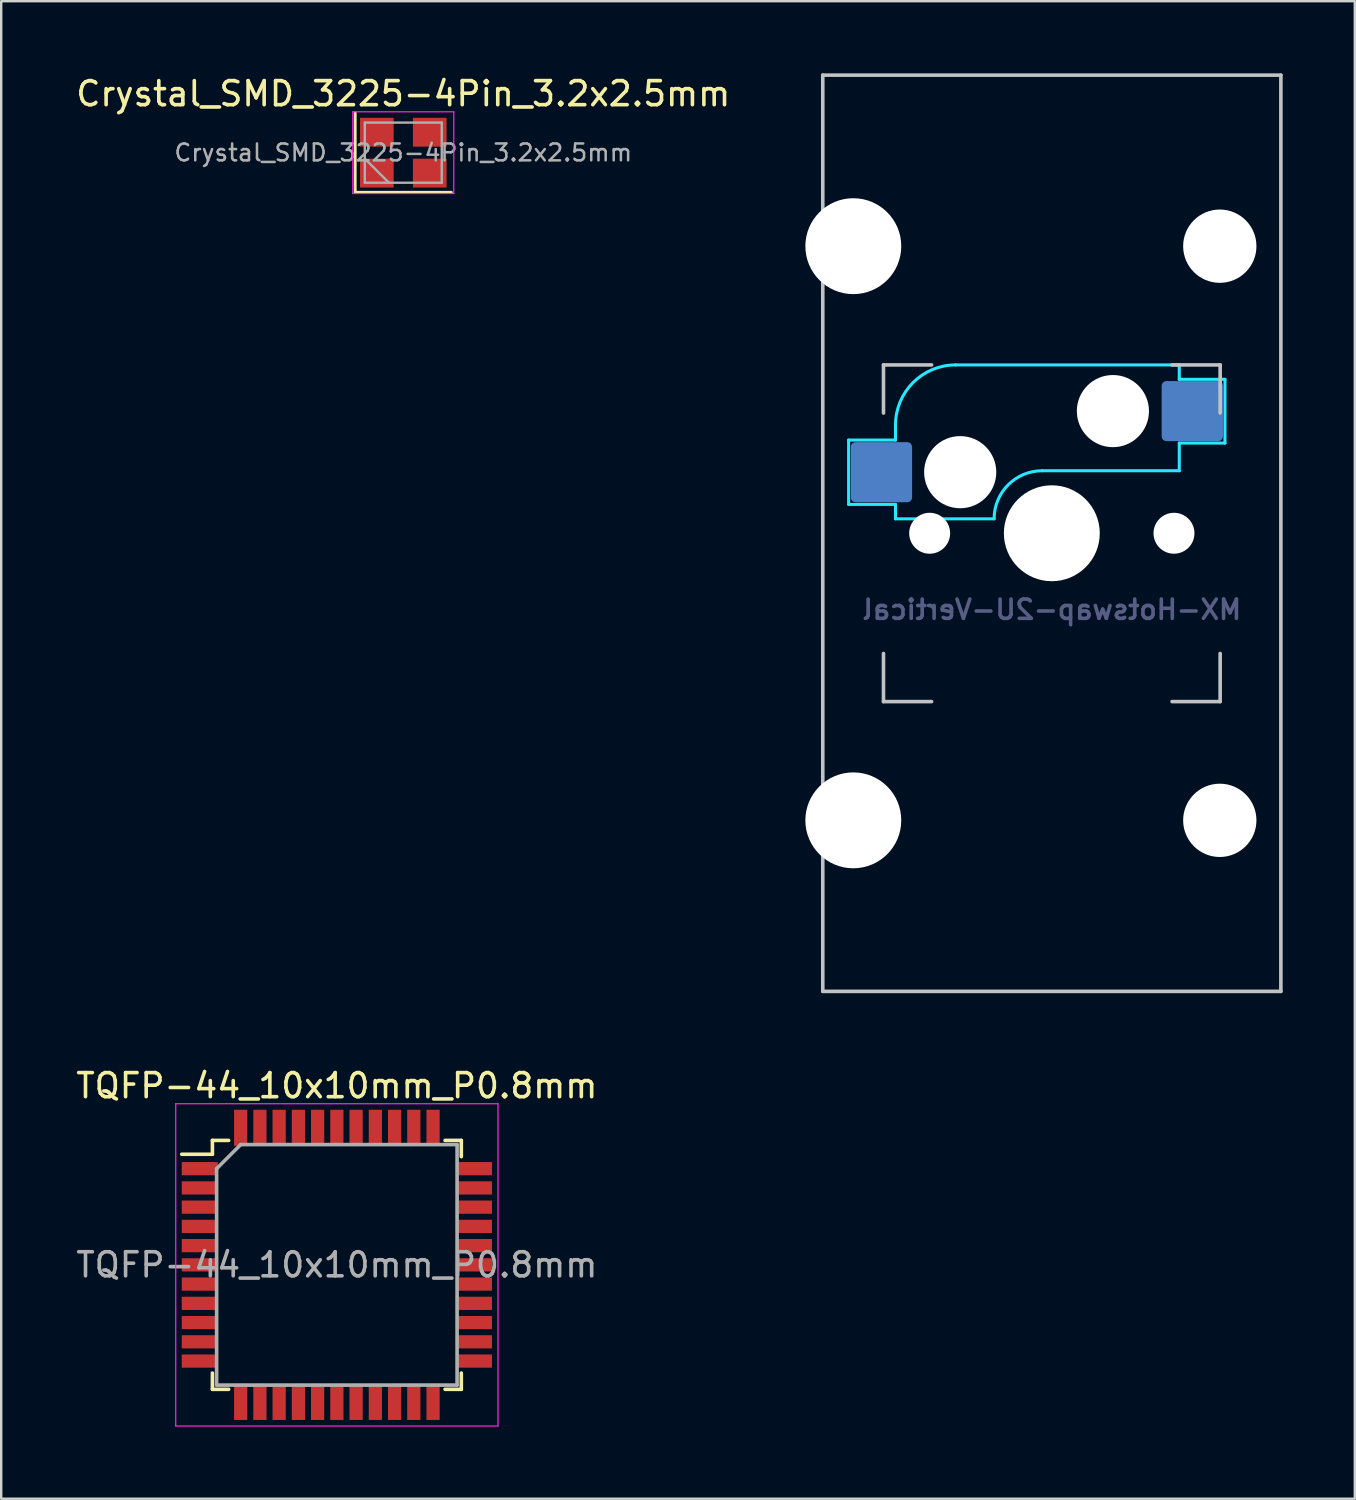
<source format=kicad_pcb>
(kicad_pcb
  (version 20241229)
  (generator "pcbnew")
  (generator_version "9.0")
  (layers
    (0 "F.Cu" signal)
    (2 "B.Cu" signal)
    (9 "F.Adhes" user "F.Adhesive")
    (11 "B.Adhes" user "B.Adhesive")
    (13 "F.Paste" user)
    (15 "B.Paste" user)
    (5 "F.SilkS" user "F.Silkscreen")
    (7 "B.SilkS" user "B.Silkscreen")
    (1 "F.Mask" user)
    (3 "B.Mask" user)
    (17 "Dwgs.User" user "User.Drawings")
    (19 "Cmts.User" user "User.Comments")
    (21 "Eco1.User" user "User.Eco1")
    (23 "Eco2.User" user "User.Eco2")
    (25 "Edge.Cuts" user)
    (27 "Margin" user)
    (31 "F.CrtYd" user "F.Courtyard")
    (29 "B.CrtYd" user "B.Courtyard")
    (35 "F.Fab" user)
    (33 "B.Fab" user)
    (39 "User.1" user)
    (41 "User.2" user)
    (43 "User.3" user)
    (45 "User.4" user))
  (footprint "Crystal_SMD_3225-4Pin_3.2x2.5mm"
    (layer "F.Cu")
    (at 13.72 3.298)
    (property "Reference" "Crystal_SMD_3225-4Pin_3.2x2.5mm" (at 0 -2.45 180) (layer "F.SilkS") (effects (font (size 1 1) (thickness 0.15))))
    (attr smd)
    (fp_line (start -2 -1.65) (end -2 1.65) (stroke (width 0.12) (type solid)) (layer "F.SilkS"))
    (fp_line (start -2 1.65) (end 2 1.65) (stroke (width 0.12) (type solid)) (layer "F.SilkS"))
    (fp_line (start -2.1 -1.7) (end -2.1 1.7) (stroke (width 0.05) (type solid)) (layer "F.CrtYd"))
    (fp_line (start -2.1 1.7) (end 2.1 1.7) (stroke (width 0.05) (type solid)) (layer "F.CrtYd"))
    (fp_line (start 2.1 -1.7) (end -2.1 -1.7) (stroke (width 0.05) (type solid)) (layer "F.CrtYd"))
    (fp_line (start 2.1 1.7) (end 2.1 -1.7) (stroke (width 0.05) (type solid)) (layer "F.CrtYd"))
    (fp_line (start -1.6 -1.25) (end -1.6 1.25) (stroke (width 0.1) (type solid)) (layer "F.Fab"))
    (fp_line (start -1.6 0.25) (end -0.6 1.25) (stroke (width 0.1) (type solid)) (layer "F.Fab"))
    (fp_line (start -1.6 1.25) (end 1.6 1.25) (stroke (width 0.1) (type solid)) (layer "F.Fab"))
    (fp_line (start 1.6 -1.25) (end -1.6 -1.25) (stroke (width 0.1) (type solid)) (layer "F.Fab"))
    (fp_line (start 1.6 1.25) (end 1.6 -1.25) (stroke (width 0.1) (type solid)) (layer "F.Fab"))
    (fp_text user "${REFERENCE}" (at 0 0 180) (layer "F.Fab") (effects (font (size 0.7 0.7) (thickness 0.105))))
    (pad "1" smd rect (at -1.1 0.85) (size 1.4 1.2) (layers "F.Cu" "F.Mask" "F.Paste"))
    (pad "2" smd rect (at 1.1 0.85) (size 1.4 1.2) (layers "F.Cu" "F.Mask" "F.Paste"))
    (pad "3" smd rect (at 1.1 -0.85) (size 1.4 1.2) (layers "F.Cu" "F.Mask" "F.Paste"))
    (pad "4" smd rect (at -1.1 -0.85) (size 1.4 1.2) (layers "F.Cu" "F.Mask" "F.Paste")))
  (footprint "TQFP-44_10x10mm_P0.8mm"
    (layer "F.Cu")
    (at 10.958 49.548)
    (property "Reference" "TQFP-44_10x10mm_P0.8mm" (at 0 -7.45 180) (layer "F.SilkS") (effects (font (size 1 1) (thickness 0.15))))
    (attr smd)
    (fp_line (start -5.175 -5.175) (end -5.175 -4.6) (stroke (width 0.15) (type solid)) (layer "F.SilkS"))
    (fp_line (start -5.175 -5.175) (end -4.5 -5.175) (stroke (width 0.15) (type solid)) (layer "F.SilkS"))
    (fp_line (start -5.175 -4.6) (end -6.45 -4.6) (stroke (width 0.15) (type solid)) (layer "F.SilkS"))
    (fp_line (start -5.175 5.175) (end -5.175 4.5) (stroke (width 0.15) (type solid)) (layer "F.SilkS"))
    (fp_line (start -5.175 5.175) (end -4.5 5.175) (stroke (width 0.15) (type solid)) (layer "F.SilkS"))
    (fp_line (start 5.175 -5.175) (end 4.5 -5.175) (stroke (width 0.15) (type solid)) (layer "F.SilkS"))
    (fp_line (start 5.175 -5.175) (end 5.175 -4.5) (stroke (width 0.15) (type solid)) (layer "F.SilkS"))
    (fp_line (start 5.175 5.175) (end 4.5 5.175) (stroke (width 0.15) (type solid)) (layer "F.SilkS"))
    (fp_line (start 5.175 5.175) (end 5.175 4.5) (stroke (width 0.15) (type solid)) (layer "F.SilkS"))
    (fp_line (start -6.7 -6.7) (end -6.7 6.7) (stroke (width 0.05) (type solid)) (layer "F.CrtYd"))
    (fp_line (start -6.7 -6.7) (end 6.7 -6.7) (stroke (width 0.05) (type solid)) (layer "F.CrtYd"))
    (fp_line (start -6.7 6.7) (end 6.7 6.7) (stroke (width 0.05) (type solid)) (layer "F.CrtYd"))
    (fp_line (start 6.7 -6.7) (end 6.7 6.7) (stroke (width 0.05) (type solid)) (layer "F.CrtYd"))
    (fp_line (start -5 -4) (end -4 -5) (stroke (width 0.15) (type solid)) (layer "F.Fab"))
    (fp_line (start -5 5) (end -5 -4) (stroke (width 0.15) (type solid)) (layer "F.Fab"))
    (fp_line (start -4 -5) (end 5 -5) (stroke (width 0.15) (type solid)) (layer "F.Fab"))
    (fp_line (start 5 -5) (end 5 5) (stroke (width 0.15) (type solid)) (layer "F.Fab"))
    (fp_line (start 5 5) (end -5 5) (stroke (width 0.15) (type solid)) (layer "F.Fab"))
    (fp_text user "${REFERENCE}" (at 0 0 180) (layer "F.Fab") (effects (font (size 1 1) (thickness 0.15))))
    (pad "1" smd rect (at -5.7 -4) (size 1.5 0.55) (layers "F.Cu" "F.Mask" "F.Paste"))
    (pad "2" smd rect (at -5.7 -3.2) (size 1.5 0.55) (layers "F.Cu" "F.Mask" "F.Paste"))
    (pad "3" smd rect (at -5.7 -2.4) (size 1.5 0.55) (layers "F.Cu" "F.Mask" "F.Paste"))
    (pad "4" smd rect (at -5.7 -1.6) (size 1.5 0.55) (layers "F.Cu" "F.Mask" "F.Paste"))
    (pad "5" smd rect (at -5.7 -0.8) (size 1.5 0.55) (layers "F.Cu" "F.Mask" "F.Paste"))
    (pad "6" smd rect (at -5.7 0) (size 1.5 0.55) (layers "F.Cu" "F.Mask" "F.Paste"))
    (pad "7" smd rect (at -5.7 0.8) (size 1.5 0.55) (layers "F.Cu" "F.Mask" "F.Paste"))
    (pad "8" smd rect (at -5.7 1.6) (size 1.5 0.55) (layers "F.Cu" "F.Mask" "F.Paste"))
    (pad "9" smd rect (at -5.7 2.4) (size 1.5 0.55) (layers "F.Cu" "F.Mask" "F.Paste"))
    (pad "10" smd rect (at -5.7 3.2) (size 1.5 0.55) (layers "F.Cu" "F.Mask" "F.Paste"))
    (pad "11" smd rect (at -5.7 4) (size 1.5 0.55) (layers "F.Cu" "F.Mask" "F.Paste"))
    (pad "12" smd rect (at -4 5.7 90) (size 1.5 0.55) (layers "F.Cu" "F.Mask" "F.Paste"))
    (pad "13" smd rect (at -3.2 5.7 90) (size 1.5 0.55) (layers "F.Cu" "F.Mask" "F.Paste"))
    (pad "14" smd rect (at -2.4 5.7 90) (size 1.5 0.55) (layers "F.Cu" "F.Mask" "F.Paste"))
    (pad "15" smd rect (at -1.6 5.7 90) (size 1.5 0.55) (layers "F.Cu" "F.Mask" "F.Paste"))
    (pad "16" smd rect (at -0.8 5.7 90) (size 1.5 0.55) (layers "F.Cu" "F.Mask" "F.Paste"))
    (pad "17" smd rect (at 0 5.7 90) (size 1.5 0.55) (layers "F.Cu" "F.Mask" "F.Paste"))
    (pad "18" smd rect (at 0.8 5.7 90) (size 1.5 0.55) (layers "F.Cu" "F.Mask" "F.Paste"))
    (pad "19" smd rect (at 1.6 5.7 90) (size 1.5 0.55) (layers "F.Cu" "F.Mask" "F.Paste"))
    (pad "20" smd rect (at 2.4 5.7 90) (size 1.5 0.55) (layers "F.Cu" "F.Mask" "F.Paste"))
    (pad "21" smd rect (at 3.2 5.7 90) (size 1.5 0.55) (layers "F.Cu" "F.Mask" "F.Paste"))
    (pad "22" smd rect (at 4 5.7 90) (size 1.5 0.55) (layers "F.Cu" "F.Mask" "F.Paste"))
    (pad "23" smd rect (at 5.7 4) (size 1.5 0.55) (layers "F.Cu" "F.Mask" "F.Paste"))
    (pad "24" smd rect (at 5.7 3.2) (size 1.5 0.55) (layers "F.Cu" "F.Mask" "F.Paste"))
    (pad "25" smd rect (at 5.7 2.4) (size 1.5 0.55) (layers "F.Cu" "F.Mask" "F.Paste"))
    (pad "26" smd rect (at 5.7 1.6) (size 1.5 0.55) (layers "F.Cu" "F.Mask" "F.Paste"))
    (pad "27" smd rect (at 5.7 0.8) (size 1.5 0.55) (layers "F.Cu" "F.Mask" "F.Paste"))
    (pad "28" smd rect (at 5.7 0) (size 1.5 0.55) (layers "F.Cu" "F.Mask" "F.Paste"))
    (pad "29" smd rect (at 5.7 -0.8) (size 1.5 0.55) (layers "F.Cu" "F.Mask" "F.Paste"))
    (pad "30" smd rect (at 5.7 -1.6) (size 1.5 0.55) (layers "F.Cu" "F.Mask" "F.Paste"))
    (pad "31" smd rect (at 5.7 -2.4) (size 1.5 0.55) (layers "F.Cu" "F.Mask" "F.Paste"))
    (pad "32" smd rect (at 5.7 -3.2) (size 1.5 0.55) (layers "F.Cu" "F.Mask" "F.Paste"))
    (pad "33" smd rect (at 5.7 -4) (size 1.5 0.55) (layers "F.Cu" "F.Mask" "F.Paste"))
    (pad "34" smd rect (at 4 -5.7 90) (size 1.5 0.55) (layers "F.Cu" "F.Mask" "F.Paste"))
    (pad "35" smd rect (at 3.2 -5.7 90) (size 1.5 0.55) (layers "F.Cu" "F.Mask" "F.Paste"))
    (pad "36" smd rect (at 2.4 -5.7 90) (size 1.5 0.55) (layers "F.Cu" "F.Mask" "F.Paste"))
    (pad "37" smd rect (at 1.6 -5.7 90) (size 1.5 0.55) (layers "F.Cu" "F.Mask" "F.Paste"))
    (pad "38" smd rect (at 0.8 -5.7 90) (size 1.5 0.55) (layers "F.Cu" "F.Mask" "F.Paste"))
    (pad "39" smd rect (at 0 -5.7 90) (size 1.5 0.55) (layers "F.Cu" "F.Mask" "F.Paste"))
    (pad "40" smd rect (at -0.8 -5.7 90) (size 1.5 0.55) (layers "F.Cu" "F.Mask" "F.Paste"))
    (pad "41" smd rect (at -1.6 -5.7 90) (size 1.5 0.55) (layers "F.Cu" "F.Mask" "F.Paste"))
    (pad "42" smd rect (at -2.4 -5.7 90) (size 1.5 0.55) (layers "F.Cu" "F.Mask" "F.Paste"))
    (pad "43" smd rect (at -3.2 -5.7 90) (size 1.5 0.55) (layers "F.Cu" "F.Mask" "F.Paste"))
    (pad "44" smd rect (at -4 -5.7 90) (size 1.5 0.55) (layers "F.Cu" "F.Mask" "F.Paste")))
  (footprint "MX-Hotswap-2U-Vertical"
    (layer "F.Cu")
    (at 40.689 19.125)
    (property "Reference" "MX-Hotswap-2U-Vertical" (at 0 3.175 0) (layer "B.Fab") (effects (font (size 0.8 0.8) (thickness 0.15)) (justify mirror)))
    (attr smd)
    (fp_line (start -9.525 19.05) (end -9.525 -19.05) (stroke (width 0.15) (type solid)) (layer "Dwgs.User"))
    (fp_line (start -7 -7) (end -7 -5) (stroke (width 0.15) (type solid)) (layer "Dwgs.User"))
    (fp_line (start -7 5) (end -7 7) (stroke (width 0.15) (type solid)) (layer "Dwgs.User"))
    (fp_line (start -7 7) (end -5 7) (stroke (width 0.15) (type solid)) (layer "Dwgs.User"))
    (fp_line (start -5 -7) (end -7 -7) (stroke (width 0.15) (type solid)) (layer "Dwgs.User"))
    (fp_line (start 5 -7) (end 7 -7) (stroke (width 0.15) (type solid)) (layer "Dwgs.User"))
    (fp_line (start 5 7) (end 7 7) (stroke (width 0.15) (type solid)) (layer "Dwgs.User"))
    (fp_line (start 7 -7) (end 7 -5) (stroke (width 0.15) (type solid)) (layer "Dwgs.User"))
    (fp_line (start 7 7) (end 7 5) (stroke (width 0.15) (type solid)) (layer "Dwgs.User"))
    (fp_line (start 9.525 -19.05) (end -9.525 -19.05) (stroke (width 0.15) (type solid)) (layer "Dwgs.User"))
    (fp_line (start 9.525 19.05) (end -9.525 19.05) (stroke (width 0.15) (type solid)) (layer "Dwgs.User"))
    (fp_line (start 9.525 19.05) (end 9.525 -19.05) (stroke (width 0.15) (type solid)) (layer "Dwgs.User"))
    (fp_line (start -8.45 -3.875) (end -8.45 -1.2) (stroke (width 0.127) (type solid)) (layer "B.CrtYd"))
    (fp_line (start -8.45 -1.2) (end -6.5 -1.2) (stroke (width 0.127) (type solid)) (layer "B.CrtYd"))
    (fp_line (start -6.5 -4.5) (end -6.5 -3.875) (stroke (width 0.127) (type solid)) (layer "B.CrtYd"))
    (fp_line (start -6.5 -3.875) (end -8.45 -3.875) (stroke (width 0.127) (type solid)) (layer "B.CrtYd"))
    (fp_line (start -6.5 -0.6) (end -6.5 -1.2) (stroke (width 0.127) (type solid)) (layer "B.CrtYd"))
    (fp_line (start -6.5 -0.6) (end -2.4 -0.6) (stroke (width 0.127) (type solid)) (layer "B.CrtYd"))
    (fp_line (start -0.4 -2.6) (end 5.3 -2.6) (stroke (width 0.127) (type solid)) (layer "B.CrtYd"))
    (fp_line (start 5.3 -7) (end -4 -7) (stroke (width 0.127) (type solid)) (layer "B.CrtYd"))
    (fp_line (start 5.3 -7) (end 5.3 -6.4) (stroke (width 0.127) (type solid)) (layer "B.CrtYd"))
    (fp_line (start 5.3 -6.4) (end 7.2 -6.4) (stroke (width 0.127) (type solid)) (layer "B.CrtYd"))
    (fp_line (start 5.3 -2.6) (end 5.3 -3.75) (stroke (width 0.127) (type solid)) (layer "B.CrtYd"))
    (fp_line (start 7.2 -6.4) (end 7.2 -3.75) (stroke (width 0.127) (type solid)) (layer "B.CrtYd"))
    (fp_line (start 7.2 -3.75) (end 5.3 -3.75) (stroke (width 0.127) (type solid)) (layer "B.CrtYd"))
    (fp_arc (start -6.5 -4.5) (mid -5.767767 -6.267767) (end -4 -7) (stroke (width 0.127) (type solid)) (layer "B.CrtYd"))
    (fp_arc (start -2.4 -0.6) (mid -1.814214 -2.014214) (end -0.4 -2.6) (stroke (width 0.127) (type solid)) (layer "B.CrtYd"))
    (pad "" np_thru_hole circle (at -8.255 -11.938) (size 3.988 3.988) (drill 3.988) (layers "*.Cu" "*.Mask"))
    (pad "" np_thru_hole circle (at -8.255 11.938) (size 3.988 3.988) (drill 3.988) (layers "*.Cu" "*.Mask"))
    (pad "" np_thru_hole circle (at -5.08 0 48.099) (size 1.702 1.702) (drill 1.702) (layers "*.Cu" "*.Mask"))
    (pad "" np_thru_hole circle (at -3.81 -2.54) (size 3 3) (drill 3) (layers "*.Cu" "*.Mask"))
    (pad "" np_thru_hole circle (at 0 0) (size 3.988 3.988) (drill 3.988) (layers "*.Cu" "*.Mask"))
    (pad "" np_thru_hole circle (at 2.54 -5.08) (size 3 3) (drill 3) (layers "*.Cu" "*.Mask"))
    (pad "" np_thru_hole circle (at 5.08 0 48.099) (size 1.702 1.702) (drill 1.702) (layers "*.Cu" "*.Mask"))
    (pad "" np_thru_hole circle (at 6.985 -11.938) (size 3.048 3.048) (drill 3.048) (layers "*.Cu" "*.Mask"))
    (pad "" np_thru_hole circle (at 6.985 11.938) (size 3.048 3.048) (drill 3.048) (layers "*.Cu" "*.Mask"))
    (pad "1" smd roundrect (at -7.085 -2.54) (size 2.55 2.5) (layers "B.Cu" "B.Mask" "B.Paste") (roundrect_rratio 0.08))
    (pad "2" smd roundrect (at 5.842 -5.08) (size 2.55 2.5) (layers "B.Cu" "B.Mask" "B.Paste") (roundrect_rratio 0.08)))
  (gr_rect
    (start -3 -3)
    (end 53.289 59.273)
    (stroke (width 0.1) (type default))
    (fill no)
    (layer "Edge.Cuts")))
</source>
